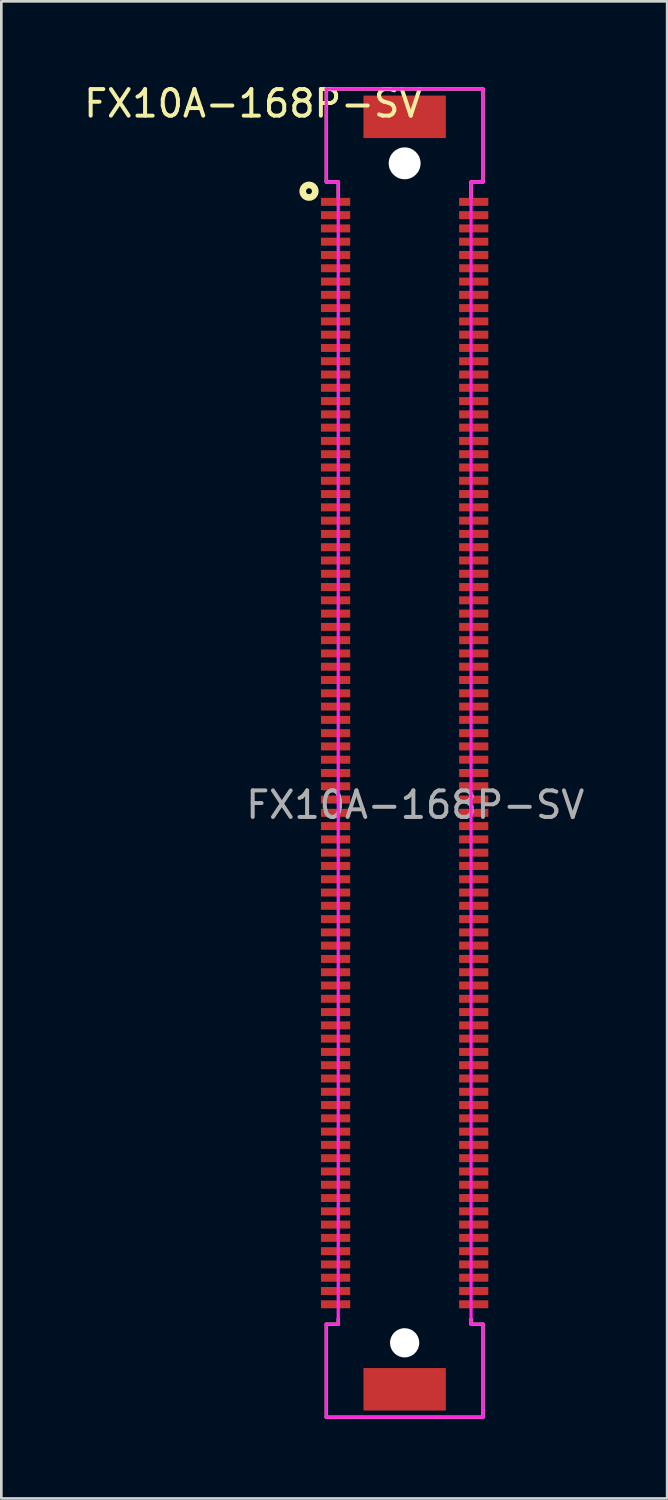
<source format=kicad_pcb>
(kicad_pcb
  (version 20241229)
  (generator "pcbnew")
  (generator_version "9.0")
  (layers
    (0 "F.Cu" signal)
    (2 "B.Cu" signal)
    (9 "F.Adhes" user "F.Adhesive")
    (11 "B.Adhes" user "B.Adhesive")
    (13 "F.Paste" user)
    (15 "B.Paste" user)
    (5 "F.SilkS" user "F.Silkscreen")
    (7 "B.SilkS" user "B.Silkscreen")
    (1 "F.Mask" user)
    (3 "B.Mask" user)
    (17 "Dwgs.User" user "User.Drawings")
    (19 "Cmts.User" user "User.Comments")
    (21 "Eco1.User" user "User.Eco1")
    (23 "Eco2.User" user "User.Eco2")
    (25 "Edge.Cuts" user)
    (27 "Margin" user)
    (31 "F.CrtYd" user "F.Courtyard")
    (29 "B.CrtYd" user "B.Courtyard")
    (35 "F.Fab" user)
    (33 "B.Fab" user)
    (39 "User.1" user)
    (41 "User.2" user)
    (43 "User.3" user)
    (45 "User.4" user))
  (footprint "FX10A-168P-SV"
    (layer "F.Cu")
    (at 12.182 25.298)
    (property "Reference" "FX10A-168P-SV" (at -5.7 -24.45 0) (unlocked yes) (layer "F.SilkS") (effects (font (size 1 1) (thickness 0.15))))
    (fp_line (start -2.95 -25) (end -2.95 -21.5) (stroke (width 0.12) (type solid)) (layer "F.SilkS"))
    (fp_line (start -2.95 -21.5) (end -2.5 -21.5) (stroke (width 0.12) (type solid)) (layer "F.SilkS"))
    (fp_line (start -2.95 21.5) (end -2.5 21.5) (stroke (width 0.12) (type solid)) (layer "F.SilkS"))
    (fp_line (start -2.95 25) (end -2.95 21.5) (stroke (width 0.12) (type solid)) (layer "F.SilkS"))
    (fp_line (start -2.95 25) (end 2.95 25) (stroke (width 0.12) (type solid)) (layer "F.SilkS"))
    (fp_line (start -2.5 -21.5) (end -2.5 -20.9) (stroke (width 0.12) (type solid)) (layer "F.SilkS"))
    (fp_line (start -2.5 21.5) (end -2.5 21.3) (stroke (width 0.12) (type solid)) (layer "F.SilkS"))
    (fp_line (start 2.5 -21.5) (end 2.5 -20.9) (stroke (width 0.12) (type solid)) (layer "F.SilkS"))
    (fp_line (start 2.5 21.5) (end 2.5 21.3) (stroke (width 0.12) (type solid)) (layer "F.SilkS"))
    (fp_line (start 2.95 -25) (end -2.95 -25) (stroke (width 0.12) (type solid)) (layer "F.SilkS"))
    (fp_line (start 2.95 -25) (end 2.95 -21.5) (stroke (width 0.12) (type solid)) (layer "F.SilkS"))
    (fp_line (start 2.95 -21.5) (end 2.5 -21.5) (stroke (width 0.12) (type solid)) (layer "F.SilkS"))
    (fp_line (start 2.95 21.5) (end 2.5 21.5) (stroke (width 0.12) (type solid)) (layer "F.SilkS"))
    (fp_line (start 2.95 25) (end 2.95 21.5) (stroke (width 0.12) (type solid)) (layer "F.SilkS"))
    (fp_circle (center -3.6 -21.15) (end -3.488 -21.15) (stroke (width 0.25) (type solid)) (fill no) (layer "F.SilkS"))
    (fp_line (start -2.95 -25) (end 2.95 -25) (stroke (width 0.12) (type solid)) (layer "F.CrtYd"))
    (fp_line (start -2.95 -21.5) (end -2.95 -25) (stroke (width 0.12) (type solid)) (layer "F.CrtYd"))
    (fp_line (start -2.95 21.5) (end -2.5 21.5) (stroke (width 0.12) (type solid)) (layer "F.CrtYd"))
    (fp_line (start -2.95 25) (end -2.95 21.5) (stroke (width 0.12) (type solid)) (layer "F.CrtYd"))
    (fp_line (start -2.5 -21.5) (end -2.95 -21.5) (stroke (width 0.12) (type solid)) (layer "F.CrtYd"))
    (fp_line (start -2.5 21.5) (end -2.5 -21.5) (stroke (width 0.12) (type solid)) (layer "F.CrtYd"))
    (fp_line (start 2.5 -21.5) (end 2.5 21.5) (stroke (width 0.12) (type solid)) (layer "F.CrtYd"))
    (fp_line (start 2.5 21.5) (end 2.95 21.5) (stroke (width 0.12) (type solid)) (layer "F.CrtYd"))
    (fp_line (start 2.95 -25) (end 2.95 -21.5) (stroke (width 0.12) (type solid)) (layer "F.CrtYd"))
    (fp_line (start 2.95 -21.5) (end 2.5 -21.5) (stroke (width 0.12) (type solid)) (layer "F.CrtYd"))
    (fp_line (start 2.95 21.5) (end 2.95 25) (stroke (width 0.12) (type solid)) (layer "F.CrtYd"))
    (fp_line (start 2.95 25) (end -2.95 25) (stroke (width 0.12) (type solid)) (layer "F.CrtYd"))
    (fp_text user "${REFERENCE}" (at 0.4 1.95 0) (unlocked yes) (layer "F.Fab") (effects (font (size 1 1) (thickness 0.15))))
    (pad "" np_thru_hole circle (at 0 -22.2) (size 1.2 1.2) (drill 1.2) (layers "*.Cu" "*.Mask"))
    (pad "" np_thru_hole circle (at 0 22.2) (size 1.1 1.1) (drill 1.1) (layers "*.Cu" "*.Mask"))
    (pad "1" smd rect (at -2.6 -20.75) (size 1.1 0.3) (layers "F.Cu" "F.Mask" "F.Paste"))
    (pad "2" smd rect (at 2.6 -20.75) (size 1.1 0.3) (layers "F.Cu" "F.Mask" "F.Paste"))
    (pad "3" smd rect (at -2.6 -20.25) (size 1.1 0.3) (layers "F.Cu" "F.Mask" "F.Paste"))
    (pad "4" smd rect (at 2.6 -20.25) (size 1.1 0.3) (layers "F.Cu" "F.Mask" "F.Paste"))
    (pad "5" smd rect (at -2.6 -19.75) (size 1.1 0.3) (layers "F.Cu" "F.Mask" "F.Paste"))
    (pad "6" smd rect (at 2.6 -19.75) (size 1.1 0.3) (layers "F.Cu" "F.Mask" "F.Paste"))
    (pad "7" smd rect (at -2.6 -19.25) (size 1.1 0.3) (layers "F.Cu" "F.Mask" "F.Paste"))
    (pad "8" smd rect (at 2.6 -19.25) (size 1.1 0.3) (layers "F.Cu" "F.Mask" "F.Paste"))
    (pad "9" smd rect (at -2.6 -18.75) (size 1.1 0.3) (layers "F.Cu" "F.Mask" "F.Paste"))
    (pad "10" smd rect (at 2.6 -18.75) (size 1.1 0.3) (layers "F.Cu" "F.Mask" "F.Paste"))
    (pad "11" smd rect (at -2.6 -18.25) (size 1.1 0.3) (layers "F.Cu" "F.Mask" "F.Paste"))
    (pad "12" smd rect (at 2.6 -18.25) (size 1.1 0.3) (layers "F.Cu" "F.Mask" "F.Paste"))
    (pad "13" smd rect (at -2.6 -17.75) (size 1.1 0.3) (layers "F.Cu" "F.Mask" "F.Paste"))
    (pad "14" smd rect (at 2.6 -17.75) (size 1.1 0.3) (layers "F.Cu" "F.Mask" "F.Paste"))
    (pad "15" smd rect (at -2.6 -17.25) (size 1.1 0.3) (layers "F.Cu" "F.Mask" "F.Paste"))
    (pad "16" smd rect (at 2.6 -17.25) (size 1.1 0.3) (layers "F.Cu" "F.Mask" "F.Paste"))
    (pad "17" smd rect (at -2.6 -16.75) (size 1.1 0.3) (layers "F.Cu" "F.Mask" "F.Paste"))
    (pad "18" smd rect (at 2.6 -16.75) (size 1.1 0.3) (layers "F.Cu" "F.Mask" "F.Paste"))
    (pad "19" smd rect (at -2.6 -16.25) (size 1.1 0.3) (layers "F.Cu" "F.Mask" "F.Paste"))
    (pad "20" smd rect (at 2.6 -16.25) (size 1.1 0.3) (layers "F.Cu" "F.Mask" "F.Paste"))
    (pad "21" smd rect (at -2.6 -15.75) (size 1.1 0.3) (layers "F.Cu" "F.Mask" "F.Paste"))
    (pad "22" smd rect (at 2.6 -15.75) (size 1.1 0.3) (layers "F.Cu" "F.Mask" "F.Paste"))
    (pad "23" smd rect (at -2.6 -15.25) (size 1.1 0.3) (layers "F.Cu" "F.Mask" "F.Paste"))
    (pad "24" smd rect (at 2.6 -15.25) (size 1.1 0.3) (layers "F.Cu" "F.Mask" "F.Paste"))
    (pad "25" smd rect (at -2.6 -14.75) (size 1.1 0.3) (layers "F.Cu" "F.Mask" "F.Paste"))
    (pad "26" smd rect (at 2.6 -14.75) (size 1.1 0.3) (layers "F.Cu" "F.Mask" "F.Paste"))
    (pad "27" smd rect (at -2.6 -14.25) (size 1.1 0.3) (layers "F.Cu" "F.Mask" "F.Paste"))
    (pad "28" smd rect (at 2.6 -14.25) (size 1.1 0.3) (layers "F.Cu" "F.Mask" "F.Paste"))
    (pad "29" smd rect (at -2.6 -13.75) (size 1.1 0.3) (layers "F.Cu" "F.Mask" "F.Paste"))
    (pad "30" smd rect (at 2.6 -13.75) (size 1.1 0.3) (layers "F.Cu" "F.Mask" "F.Paste"))
    (pad "31" smd rect (at -2.6 -13.25) (size 1.1 0.3) (layers "F.Cu" "F.Mask" "F.Paste"))
    (pad "32" smd rect (at 2.6 -13.25) (size 1.1 0.3) (layers "F.Cu" "F.Mask" "F.Paste"))
    (pad "33" smd rect (at -2.6 -12.75) (size 1.1 0.3) (layers "F.Cu" "F.Mask" "F.Paste"))
    (pad "34" smd rect (at 2.6 -12.75) (size 1.1 0.3) (layers "F.Cu" "F.Mask" "F.Paste"))
    (pad "35" smd rect (at -2.6 -12.25) (size 1.1 0.3) (layers "F.Cu" "F.Mask" "F.Paste"))
    (pad "36" smd rect (at 2.6 -12.25) (size 1.1 0.3) (layers "F.Cu" "F.Mask" "F.Paste"))
    (pad "37" smd rect (at -2.6 -11.75) (size 1.1 0.3) (layers "F.Cu" "F.Mask" "F.Paste"))
    (pad "38" smd rect (at 2.6 -11.75) (size 1.1 0.3) (layers "F.Cu" "F.Mask" "F.Paste"))
    (pad "39" smd rect (at -2.6 -11.25) (size 1.1 0.3) (layers "F.Cu" "F.Mask" "F.Paste"))
    (pad "40" smd rect (at 2.6 -11.25) (size 1.1 0.3) (layers "F.Cu" "F.Mask" "F.Paste"))
    (pad "41" smd rect (at -2.6 -10.75) (size 1.1 0.3) (layers "F.Cu" "F.Mask" "F.Paste"))
    (pad "42" smd rect (at 2.6 -10.75) (size 1.1 0.3) (layers "F.Cu" "F.Mask" "F.Paste"))
    (pad "43" smd rect (at -2.6 -10.25) (size 1.1 0.3) (layers "F.Cu" "F.Mask" "F.Paste"))
    (pad "44" smd rect (at 2.6 -10.25) (size 1.1 0.3) (layers "F.Cu" "F.Mask" "F.Paste"))
    (pad "45" smd rect (at -2.6 -9.75) (size 1.1 0.3) (layers "F.Cu" "F.Mask" "F.Paste"))
    (pad "46" smd rect (at 2.6 -9.75) (size 1.1 0.3) (layers "F.Cu" "F.Mask" "F.Paste"))
    (pad "47" smd rect (at -2.6 -9.25) (size 1.1 0.3) (layers "F.Cu" "F.Mask" "F.Paste"))
    (pad "48" smd rect (at 2.6 -9.25) (size 1.1 0.3) (layers "F.Cu" "F.Mask" "F.Paste"))
    (pad "49" smd rect (at -2.6 -8.75) (size 1.1 0.3) (layers "F.Cu" "F.Mask" "F.Paste"))
    (pad "50" smd rect (at 2.6 -8.75) (size 1.1 0.3) (layers "F.Cu" "F.Mask" "F.Paste"))
    (pad "51" smd rect (at -2.6 -8.25) (size 1.1 0.3) (layers "F.Cu" "F.Mask" "F.Paste"))
    (pad "52" smd rect (at 2.6 -8.25) (size 1.1 0.3) (layers "F.Cu" "F.Mask" "F.Paste"))
    (pad "53" smd rect (at -2.6 -7.75) (size 1.1 0.3) (layers "F.Cu" "F.Mask" "F.Paste"))
    (pad "54" smd rect (at 2.6 -7.75) (size 1.1 0.3) (layers "F.Cu" "F.Mask" "F.Paste"))
    (pad "55" smd rect (at -2.6 -7.25) (size 1.1 0.3) (layers "F.Cu" "F.Mask" "F.Paste"))
    (pad "56" smd rect (at 2.6 -7.25) (size 1.1 0.3) (layers "F.Cu" "F.Mask" "F.Paste"))
    (pad "57" smd rect (at -2.6 -6.75) (size 1.1 0.3) (layers "F.Cu" "F.Mask" "F.Paste"))
    (pad "58" smd rect (at 2.6 -6.75) (size 1.1 0.3) (layers "F.Cu" "F.Mask" "F.Paste"))
    (pad "59" smd rect (at -2.6 -6.25) (size 1.1 0.3) (layers "F.Cu" "F.Mask" "F.Paste"))
    (pad "60" smd rect (at 2.6 -6.25) (size 1.1 0.3) (layers "F.Cu" "F.Mask" "F.Paste"))
    (pad "61" smd rect (at -2.6 -5.75) (size 1.1 0.3) (layers "F.Cu" "F.Mask" "F.Paste"))
    (pad "62" smd rect (at 2.6 -5.75) (size 1.1 0.3) (layers "F.Cu" "F.Mask" "F.Paste"))
    (pad "63" smd rect (at -2.6 -5.25) (size 1.1 0.3) (layers "F.Cu" "F.Mask" "F.Paste"))
    (pad "64" smd rect (at 2.6 -5.25) (size 1.1 0.3) (layers "F.Cu" "F.Mask" "F.Paste"))
    (pad "65" smd rect (at -2.6 -4.75) (size 1.1 0.3) (layers "F.Cu" "F.Mask" "F.Paste"))
    (pad "66" smd rect (at 2.6 -4.75) (size 1.1 0.3) (layers "F.Cu" "F.Mask" "F.Paste"))
    (pad "67" smd rect (at -2.6 -4.25) (size 1.1 0.3) (layers "F.Cu" "F.Mask" "F.Paste"))
    (pad "68" smd rect (at 2.6 -4.25) (size 1.1 0.3) (layers "F.Cu" "F.Mask" "F.Paste"))
    (pad "69" smd rect (at -2.6 -3.75) (size 1.1 0.3) (layers "F.Cu" "F.Mask" "F.Paste"))
    (pad "70" smd rect (at 2.6 -3.75) (size 1.1 0.3) (layers "F.Cu" "F.Mask" "F.Paste"))
    (pad "71" smd rect (at -2.6 -3.25) (size 1.1 0.3) (layers "F.Cu" "F.Mask" "F.Paste"))
    (pad "72" smd rect (at 2.6 -3.25) (size 1.1 0.3) (layers "F.Cu" "F.Mask" "F.Paste"))
    (pad "73" smd rect (at -2.6 -2.75) (size 1.1 0.3) (layers "F.Cu" "F.Mask" "F.Paste"))
    (pad "74" smd rect (at 2.6 -2.75) (size 1.1 0.3) (layers "F.Cu" "F.Mask" "F.Paste"))
    (pad "75" smd rect (at -2.6 -2.25) (size 1.1 0.3) (layers "F.Cu" "F.Mask" "F.Paste"))
    (pad "76" smd rect (at 2.6 -2.25) (size 1.1 0.3) (layers "F.Cu" "F.Mask" "F.Paste"))
    (pad "77" smd rect (at -2.6 -1.75) (size 1.1 0.3) (layers "F.Cu" "F.Mask" "F.Paste"))
    (pad "78" smd rect (at 2.6 -1.75) (size 1.1 0.3) (layers "F.Cu" "F.Mask" "F.Paste"))
    (pad "79" smd rect (at -2.6 -1.25) (size 1.1 0.3) (layers "F.Cu" "F.Mask" "F.Paste"))
    (pad "80" smd rect (at 2.6 -1.25) (size 1.1 0.3) (layers "F.Cu" "F.Mask" "F.Paste"))
    (pad "81" smd rect (at -2.6 -0.75) (size 1.1 0.3) (layers "F.Cu" "F.Mask" "F.Paste"))
    (pad "82" smd rect (at 2.6 -0.75) (size 1.1 0.3) (layers "F.Cu" "F.Mask" "F.Paste"))
    (pad "83" smd rect (at -2.6 -0.25) (size 1.1 0.3) (layers "F.Cu" "F.Mask" "F.Paste"))
    (pad "84" smd rect (at 2.6 -0.25) (size 1.1 0.3) (layers "F.Cu" "F.Mask" "F.Paste"))
    (pad "85" smd rect (at -2.6 0.25) (size 1.1 0.3) (layers "F.Cu" "F.Mask" "F.Paste"))
    (pad "86" smd rect (at 2.6 0.25) (size 1.1 0.3) (layers "F.Cu" "F.Mask" "F.Paste"))
    (pad "87" smd rect (at -2.6 0.75) (size 1.1 0.3) (layers "F.Cu" "F.Mask" "F.Paste"))
    (pad "88" smd rect (at 2.6 0.75) (size 1.1 0.3) (layers "F.Cu" "F.Mask" "F.Paste"))
    (pad "89" smd rect (at -2.6 1.25) (size 1.1 0.3) (layers "F.Cu" "F.Mask" "F.Paste"))
    (pad "90" smd rect (at 2.6 1.25) (size 1.1 0.3) (layers "F.Cu" "F.Mask" "F.Paste"))
    (pad "91" smd rect (at -2.6 1.75) (size 1.1 0.3) (layers "F.Cu" "F.Mask" "F.Paste"))
    (pad "92" smd rect (at 2.6 1.75) (size 1.1 0.3) (layers "F.Cu" "F.Mask" "F.Paste"))
    (pad "93" smd rect (at -2.6 2.25) (size 1.1 0.3) (layers "F.Cu" "F.Mask" "F.Paste"))
    (pad "94" smd rect (at 2.6 2.25) (size 1.1 0.3) (layers "F.Cu" "F.Mask" "F.Paste"))
    (pad "95" smd rect (at -2.6 2.75) (size 1.1 0.3) (layers "F.Cu" "F.Mask" "F.Paste"))
    (pad "96" smd rect (at 2.6 2.75) (size 1.1 0.3) (layers "F.Cu" "F.Mask" "F.Paste"))
    (pad "97" smd rect (at -2.6 3.25) (size 1.1 0.3) (layers "F.Cu" "F.Mask" "F.Paste"))
    (pad "98" smd rect (at 2.6 3.25) (size 1.1 0.3) (layers "F.Cu" "F.Mask" "F.Paste"))
    (pad "99" smd rect (at -2.6 3.75) (size 1.1 0.3) (layers "F.Cu" "F.Mask" "F.Paste"))
    (pad "100" smd rect (at 2.6 3.75) (size 1.1 0.3) (layers "F.Cu" "F.Mask" "F.Paste"))
    (pad "101" smd rect (at -2.6 4.25) (size 1.1 0.3) (layers "F.Cu" "F.Mask" "F.Paste"))
    (pad "102" smd rect (at 2.6 4.25) (size 1.1 0.3) (layers "F.Cu" "F.Mask" "F.Paste"))
    (pad "103" smd rect (at -2.6 4.75) (size 1.1 0.3) (layers "F.Cu" "F.Mask" "F.Paste"))
    (pad "104" smd rect (at 2.6 4.75) (size 1.1 0.3) (layers "F.Cu" "F.Mask" "F.Paste"))
    (pad "105" smd rect (at -2.6 5.25) (size 1.1 0.3) (layers "F.Cu" "F.Mask" "F.Paste"))
    (pad "106" smd rect (at 2.6 5.25) (size 1.1 0.3) (layers "F.Cu" "F.Mask" "F.Paste"))
    (pad "107" smd rect (at -2.6 5.75) (size 1.1 0.3) (layers "F.Cu" "F.Mask" "F.Paste"))
    (pad "108" smd rect (at 2.6 5.75) (size 1.1 0.3) (layers "F.Cu" "F.Mask" "F.Paste"))
    (pad "109" smd rect (at -2.6 6.25) (size 1.1 0.3) (layers "F.Cu" "F.Mask" "F.Paste"))
    (pad "110" smd rect (at 2.6 6.25) (size 1.1 0.3) (layers "F.Cu" "F.Mask" "F.Paste"))
    (pad "111" smd rect (at -2.6 6.75) (size 1.1 0.3) (layers "F.Cu" "F.Mask" "F.Paste"))
    (pad "112" smd rect (at 2.6 6.75) (size 1.1 0.3) (layers "F.Cu" "F.Mask" "F.Paste"))
    (pad "113" smd rect (at -2.6 7.25) (size 1.1 0.3) (layers "F.Cu" "F.Mask" "F.Paste"))
    (pad "114" smd rect (at 2.6 7.25) (size 1.1 0.3) (layers "F.Cu" "F.Mask" "F.Paste"))
    (pad "115" smd rect (at -2.6 7.75) (size 1.1 0.3) (layers "F.Cu" "F.Mask" "F.Paste"))
    (pad "116" smd rect (at 2.6 7.75) (size 1.1 0.3) (layers "F.Cu" "F.Mask" "F.Paste"))
    (pad "117" smd rect (at -2.6 8.25) (size 1.1 0.3) (layers "F.Cu" "F.Mask" "F.Paste"))
    (pad "118" smd rect (at 2.6 8.25) (size 1.1 0.3) (layers "F.Cu" "F.Mask" "F.Paste"))
    (pad "119" smd rect (at -2.6 8.75) (size 1.1 0.3) (layers "F.Cu" "F.Mask" "F.Paste"))
    (pad "120" smd rect (at 2.6 8.75) (size 1.1 0.3) (layers "F.Cu" "F.Mask" "F.Paste"))
    (pad "121" smd rect (at -2.6 9.25) (size 1.1 0.3) (layers "F.Cu" "F.Mask" "F.Paste"))
    (pad "122" smd rect (at 2.6 9.25) (size 1.1 0.3) (layers "F.Cu" "F.Mask" "F.Paste"))
    (pad "123" smd rect (at -2.6 9.75) (size 1.1 0.3) (layers "F.Cu" "F.Mask" "F.Paste"))
    (pad "124" smd rect (at 2.6 9.75) (size 1.1 0.3) (layers "F.Cu" "F.Mask" "F.Paste"))
    (pad "125" smd rect (at -2.6 10.25) (size 1.1 0.3) (layers "F.Cu" "F.Mask" "F.Paste"))
    (pad "126" smd rect (at 2.6 10.25) (size 1.1 0.3) (layers "F.Cu" "F.Mask" "F.Paste"))
    (pad "127" smd rect (at -2.6 10.75) (size 1.1 0.3) (layers "F.Cu" "F.Mask" "F.Paste"))
    (pad "128" smd rect (at 2.6 10.75) (size 1.1 0.3) (layers "F.Cu" "F.Mask" "F.Paste"))
    (pad "129" smd rect (at -2.6 11.25) (size 1.1 0.3) (layers "F.Cu" "F.Mask" "F.Paste"))
    (pad "130" smd rect (at 2.6 11.25) (size 1.1 0.3) (layers "F.Cu" "F.Mask" "F.Paste"))
    (pad "131" smd rect (at -2.6 11.75) (size 1.1 0.3) (layers "F.Cu" "F.Mask" "F.Paste"))
    (pad "132" smd rect (at 2.6 11.75) (size 1.1 0.3) (layers "F.Cu" "F.Mask" "F.Paste"))
    (pad "133" smd rect (at -2.6 12.25) (size 1.1 0.3) (layers "F.Cu" "F.Mask" "F.Paste"))
    (pad "134" smd rect (at 2.6 12.25) (size 1.1 0.3) (layers "F.Cu" "F.Mask" "F.Paste"))
    (pad "135" smd rect (at -2.6 12.75) (size 1.1 0.3) (layers "F.Cu" "F.Mask" "F.Paste"))
    (pad "136" smd rect (at 2.6 12.75) (size 1.1 0.3) (layers "F.Cu" "F.Mask" "F.Paste"))
    (pad "137" smd rect (at -2.6 13.25) (size 1.1 0.3) (layers "F.Cu" "F.Mask" "F.Paste"))
    (pad "138" smd rect (at 2.6 13.25) (size 1.1 0.3) (layers "F.Cu" "F.Mask" "F.Paste"))
    (pad "139" smd rect (at -2.6 13.75) (size 1.1 0.3) (layers "F.Cu" "F.Mask" "F.Paste"))
    (pad "140" smd rect (at 2.6 13.75) (size 1.1 0.3) (layers "F.Cu" "F.Mask" "F.Paste"))
    (pad "141" smd rect (at -2.6 14.25) (size 1.1 0.3) (layers "F.Cu" "F.Mask" "F.Paste"))
    (pad "142" smd rect (at 2.6 14.25) (size 1.1 0.3) (layers "F.Cu" "F.Mask" "F.Paste"))
    (pad "143" smd rect (at -2.6 14.75) (size 1.1 0.3) (layers "F.Cu" "F.Mask" "F.Paste"))
    (pad "144" smd rect (at 2.6 14.75) (size 1.1 0.3) (layers "F.Cu" "F.Mask" "F.Paste"))
    (pad "145" smd rect (at -2.6 15.25) (size 1.1 0.3) (layers "F.Cu" "F.Mask" "F.Paste"))
    (pad "146" smd rect (at 2.6 15.25) (size 1.1 0.3) (layers "F.Cu" "F.Mask" "F.Paste"))
    (pad "147" smd rect (at -2.6 15.75) (size 1.1 0.3) (layers "F.Cu" "F.Mask" "F.Paste"))
    (pad "148" smd rect (at 2.6 15.75) (size 1.1 0.3) (layers "F.Cu" "F.Mask" "F.Paste"))
    (pad "149" smd rect (at -2.6 16.25) (size 1.1 0.3) (layers "F.Cu" "F.Mask" "F.Paste"))
    (pad "150" smd rect (at 2.6 16.25) (size 1.1 0.3) (layers "F.Cu" "F.Mask" "F.Paste"))
    (pad "151" smd rect (at -2.6 16.75) (size 1.1 0.3) (layers "F.Cu" "F.Mask" "F.Paste"))
    (pad "152" smd rect (at 2.6 16.75) (size 1.1 0.3) (layers "F.Cu" "F.Mask" "F.Paste"))
    (pad "153" smd rect (at -2.6 17.25) (size 1.1 0.3) (layers "F.Cu" "F.Mask" "F.Paste"))
    (pad "154" smd rect (at 2.6 17.25) (size 1.1 0.3) (layers "F.Cu" "F.Mask" "F.Paste"))
    (pad "155" smd rect (at -2.6 17.75) (size 1.1 0.3) (layers "F.Cu" "F.Mask" "F.Paste"))
    (pad "156" smd rect (at 2.6 17.75) (size 1.1 0.3) (layers "F.Cu" "F.Mask" "F.Paste"))
    (pad "157" smd rect (at -2.6 18.25) (size 1.1 0.3) (layers "F.Cu" "F.Mask" "F.Paste"))
    (pad "158" smd rect (at 2.6 18.25) (size 1.1 0.3) (layers "F.Cu" "F.Mask" "F.Paste"))
    (pad "159" smd rect (at -2.6 18.75) (size 1.1 0.3) (layers "F.Cu" "F.Mask" "F.Paste"))
    (pad "160" smd rect (at 2.6 18.75) (size 1.1 0.3) (layers "F.Cu" "F.Mask" "F.Paste"))
    (pad "161" smd rect (at -2.6 19.25) (size 1.1 0.3) (layers "F.Cu" "F.Mask" "F.Paste"))
    (pad "162" smd rect (at 2.6 19.25) (size 1.1 0.3) (layers "F.Cu" "F.Mask" "F.Paste"))
    (pad "163" smd rect (at -2.6 19.75) (size 1.1 0.3) (layers "F.Cu" "F.Mask" "F.Paste"))
    (pad "164" smd rect (at 2.6 19.75) (size 1.1 0.3) (layers "F.Cu" "F.Mask" "F.Paste"))
    (pad "165" smd rect (at -2.6 20.25) (size 1.1 0.3) (layers "F.Cu" "F.Mask" "F.Paste"))
    (pad "166" smd rect (at 2.6 20.25) (size 1.1 0.3) (layers "F.Cu" "F.Mask" "F.Paste"))
    (pad "167" smd rect (at -2.6 20.75) (size 1.1 0.3) (layers "F.Cu" "F.Mask" "F.Paste"))
    (pad "168" smd rect (at 2.6 20.75) (size 1.1 0.3) (layers "F.Cu" "F.Mask" "F.Paste"))
    (pad "M1" smd rect (at 0 -23.95) (size 3.1 1.6) (layers "F.Cu" "F.Mask" "F.Paste"))
    (pad "M2" smd rect (at 0 23.95) (size 3.1 1.6) (layers "F.Cu" "F.Mask" "F.Paste")))
  (gr_rect
    (start -3 -3)
    (end 22.064 53.358)
    (stroke (width 0.1) (type default))
    (fill no)
    (layer "Edge.Cuts")))
</source>
